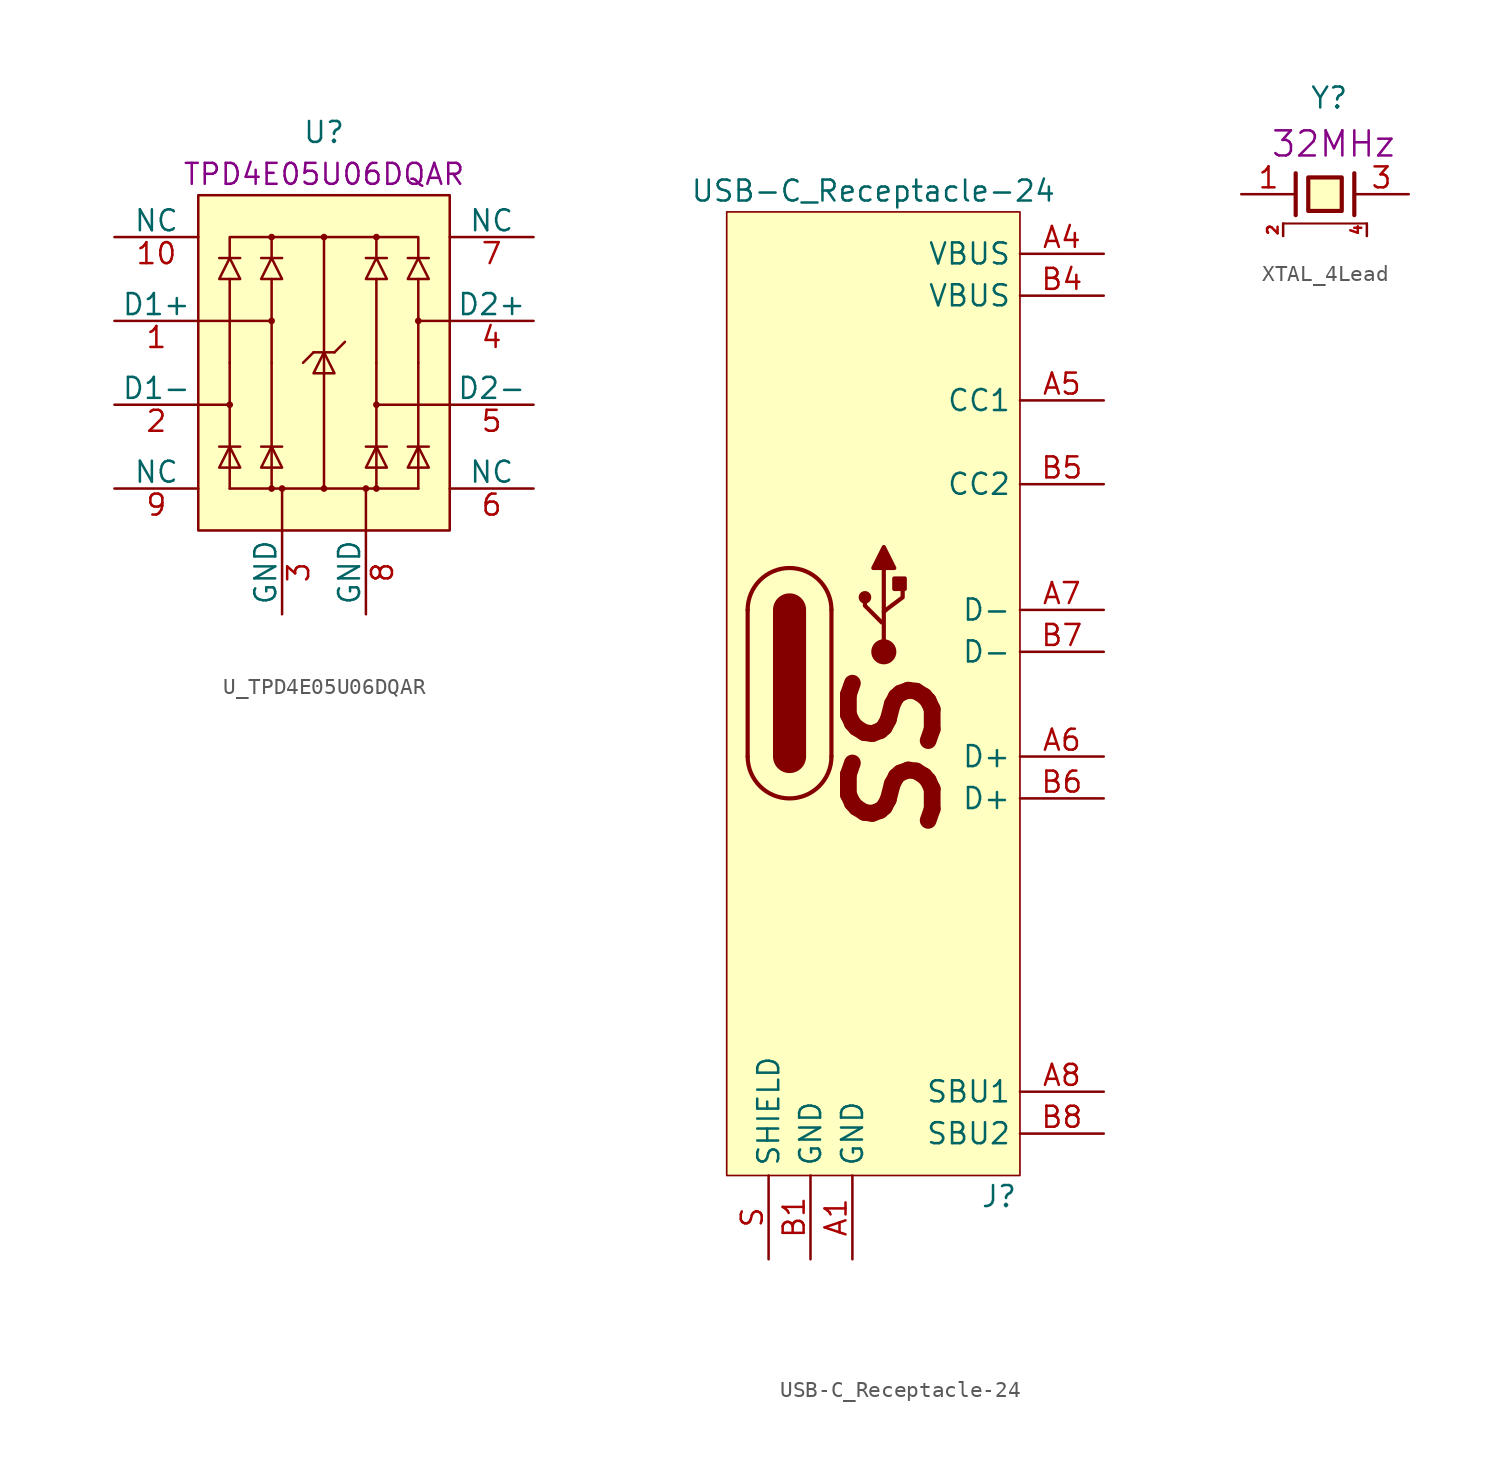
<source format=kicad_sym>
(kicad_symbol_lib
  (version 20211014)
  (generator kicad_symbol_editor)
  (symbol "U_TPD4E05U06DQAR"
    (pin_names
      (offset 0))
    (property "Reference" "U"
      (at 0 13.97 0)
      (effects (font (size 1.27 1.27))))
    (property "MPN" "TPD4E05U06DQAR"
      (at 0 11.43 0)
      (effects (font (size 1.27 1.27))))
    (symbol "U_TPD4E05U06DQAR_0_1"
      (rectangle (start -7.62 10.16) (end 7.62 -10.16) (stroke (width 0) (type default) (color 0 0 0 0)) (fill (type background)))
      (circle (center -5.715 -2.54) (radius 0.127) (stroke (width 0) (type default) (color 0 0 0 0)) (fill (type none)))
      (circle (center -3.175 -7.62) (radius 0.127) (stroke (width 0) (type default) (color 0 0 0 0)) (fill (type none)))
      (circle (center -3.175 2.54) (radius 0.127) (stroke (width 0) (type default) (color 0 0 0 0)) (fill (type none)))
      (circle (center -3.175 7.62) (radius 0.127) (stroke (width 0) (type default) (color 0 0 0 0)) (fill (type none)))
      (circle (center -2.54 -7.62) (radius 0.127) (stroke (width 0) (type default) (color 0 0 0 0)) (fill (type none)))
      (circle (center 0 -7.62) (radius 0.127) (stroke (width 0) (type default) (color 0 0 0 0)) (fill (type none)))
      (polyline (pts (xy -7.62 -2.54) (xy -5.715 -2.54)) (stroke (width 0) (type default) (color 0 0 0 0)) (fill (type none)))
      (polyline (pts (xy -7.62 2.54) (xy -3.175 2.54)) (stroke (width 0) (type default) (color 0 0 0 0)) (fill (type none)))
      (polyline (pts (xy -6.35 -5.08) (xy -5.08 -5.08)) (stroke (width 0) (type default) (color 0 0 0 0)) (fill (type none)))
      (polyline (pts (xy -6.35 6.35) (xy -5.08 6.35)) (stroke (width 0) (type default) (color 0 0 0 0)) (fill (type none)))
      (polyline (pts (xy -5.715 -7.62) (xy 5.715 -7.62)) (stroke (width 0) (type default) (color 0 0 0 0)) (fill (type none)))
      (polyline (pts (xy -5.715 -5.08) (xy -5.715 -7.62)) (stroke (width 0) (type default) (color 0 0 0 0)) (fill (type none)))
      (polyline (pts (xy -5.715 0) (xy -5.715 -5.08)) (stroke (width 0) (type default) (color 0 0 0 0)) (fill (type none)))
      (polyline (pts (xy -5.715 5.08) (xy -5.715 0)) (stroke (width 0) (type default) (color 0 0 0 0)) (fill (type none)))
      (polyline (pts (xy -3.81 -5.08) (xy -2.54 -5.08)) (stroke (width 0) (type default) (color 0 0 0 0)) (fill (type none)))
      (polyline (pts (xy -3.81 6.35) (xy -2.54 6.35)) (stroke (width 0) (type default) (color 0 0 0 0)) (fill (type none)))
      (polyline (pts (xy -3.175 -5.08) (xy -3.175 -7.62)) (stroke (width 0) (type default) (color 0 0 0 0)) (fill (type none)))
      (polyline (pts (xy -3.175 0) (xy -3.175 -5.08)) (stroke (width 0) (type default) (color 0 0 0 0)) (fill (type none)))
      (polyline (pts (xy -3.175 5.08) (xy -3.175 0)) (stroke (width 0) (type default) (color 0 0 0 0)) (fill (type none)))
      (polyline (pts (xy -3.175 6.35) (xy -3.175 7.62)) (stroke (width 0) (type default) (color 0 0 0 0)) (fill (type none)))
      (polyline (pts (xy -2.54 -10.16) (xy -2.54 -7.62)) (stroke (width 0) (type default) (color 0 0 0 0)) (fill (type none)))
      (polyline (pts (xy -0.635 0.635) (xy -1.27 0)) (stroke (width 0) (type default) (color 0 0 0 0)) (fill (type none)))
      (polyline (pts (xy -0.635 0.635) (xy 0.635 0.635)) (stroke (width 0) (type default) (color 0 0 0 0)) (fill (type none)))
      (polyline (pts (xy 0 -7.62) (xy 0 7.62)) (stroke (width 0) (type default) (color 0 0 0 0)) (fill (type none)))
      (polyline (pts (xy 0.635 0.635) (xy 1.27 1.27)) (stroke (width 0) (type default) (color 0 0 0 0)) (fill (type none)))
      (polyline (pts (xy 2.54 -5.08) (xy 3.81 -5.08)) (stroke (width 0) (type default) (color 0 0 0 0)) (fill (type none)))
      (polyline (pts (xy 2.54 6.35) (xy 3.81 6.35)) (stroke (width 0) (type default) (color 0 0 0 0)) (fill (type none)))
      (polyline (pts (xy 3.175 -5.08) (xy 3.175 -7.62)) (stroke (width 0) (type default) (color 0 0 0 0)) (fill (type none)))
      (polyline (pts (xy 3.175 0) (xy 3.175 -5.08)) (stroke (width 0) (type default) (color 0 0 0 0)) (fill (type none)))
      (polyline (pts (xy 3.175 5.08) (xy 3.175 0)) (stroke (width 0) (type default) (color 0 0 0 0)) (fill (type none)))
      (polyline (pts (xy 3.175 6.35) (xy 3.175 7.62)) (stroke (width 0) (type default) (color 0 0 0 0)) (fill (type none)))
      (polyline (pts (xy 5.08 -5.08) (xy 6.35 -5.08)) (stroke (width 0) (type default) (color 0 0 0 0)) (fill (type none)))
      (polyline (pts (xy 5.08 6.35) (xy 6.35 6.35)) (stroke (width 0) (type default) (color 0 0 0 0)) (fill (type none)))
      (polyline (pts (xy 5.715 -5.08) (xy 5.715 -7.62)) (stroke (width 0) (type default) (color 0 0 0 0)) (fill (type none)))
      (polyline (pts (xy 5.715 0) (xy 5.715 -5.08)) (stroke (width 0) (type default) (color 0 0 0 0)) (fill (type none)))
      (polyline (pts (xy 5.715 5.08) (xy 5.715 0)) (stroke (width 0) (type default) (color 0 0 0 0)) (fill (type none)))
      (polyline (pts (xy 7.62 -2.54) (xy 3.175 -2.54)) (stroke (width 0) (type default) (color 0 0 0 0)) (fill (type none)))
      (polyline (pts (xy 7.62 2.54) (xy 5.715 2.54)) (stroke (width 0) (type default) (color 0 0 0 0)) (fill (type none)))
      (polyline (pts (xy 2.54 -10.16) (xy 2.54 -7.62) (xy 2.54 -8.89)) (stroke (width 0) (type default) (color 0 0 0 0)) (fill (type none)))
      (polyline (pts (xy -6.35 -6.35) (xy -5.08 -6.35) (xy -5.715 -5.08) (xy -6.35 -6.35)) (stroke (width 0) (type default) (color 0 0 0 0)) (fill (type none)))
      (polyline (pts (xy -6.35 5.08) (xy -5.08 5.08) (xy -5.715 6.35) (xy -6.35 5.08)) (stroke (width 0) (type default) (color 0 0 0 0)) (fill (type none)))
      (polyline (pts (xy -5.715 6.35) (xy -5.715 7.62) (xy 5.715 7.62) (xy 5.715 6.35)) (stroke (width 0) (type default) (color 0 0 0 0)) (fill (type none)))
      (polyline (pts (xy -3.81 -6.35) (xy -2.54 -6.35) (xy -3.175 -5.08) (xy -3.81 -6.35)) (stroke (width 0) (type default) (color 0 0 0 0)) (fill (type none)))
      (polyline (pts (xy -3.81 5.08) (xy -2.54 5.08) (xy -3.175 6.35) (xy -3.81 5.08)) (stroke (width 0) (type default) (color 0 0 0 0)) (fill (type none)))
      (polyline (pts (xy -0.635 -0.635) (xy 0.635 -0.635) (xy 0 0.635) (xy -0.635 -0.635)) (stroke (width 0) (type default) (color 0 0 0 0)) (fill (type none)))
      (polyline (pts (xy 2.54 -6.35) (xy 3.81 -6.35) (xy 3.175 -5.08) (xy 2.54 -6.35)) (stroke (width 0) (type default) (color 0 0 0 0)) (fill (type none)))
      (polyline (pts (xy 2.54 5.08) (xy 3.81 5.08) (xy 3.175 6.35) (xy 2.54 5.08)) (stroke (width 0) (type default) (color 0 0 0 0)) (fill (type none)))
      (polyline (pts (xy 5.08 -6.35) (xy 6.35 -6.35) (xy 5.715 -5.08) (xy 5.08 -6.35)) (stroke (width 0) (type default) (color 0 0 0 0)) (fill (type none)))
      (polyline (pts (xy 5.08 5.08) (xy 6.35 5.08) (xy 5.715 6.35) (xy 5.08 5.08)) (stroke (width 0) (type default) (color 0 0 0 0)) (fill (type none)))
      (circle (center 0 7.62) (radius 0.127) (stroke (width 0) (type default) (color 0 0 0 0)) (fill (type none)))
      (circle (center 2.54 -7.62) (radius 0.127) (stroke (width 0) (type default) (color 0 0 0 0)) (fill (type none)))
      (circle (center 3.175 -7.62) (radius 0.127) (stroke (width 0) (type default) (color 0 0 0 0)) (fill (type none)))
      (circle (center 3.175 -2.54) (radius 0.127) (stroke (width 0) (type default) (color 0 0 0 0)) (fill (type none)))
      (circle (center 3.175 7.62) (radius 0.127) (stroke (width 0) (type default) (color 0 0 0 0)) (fill (type none)))
      (circle (center 5.715 2.54) (radius 0.127) (stroke (width 0) (type default) (color 0 0 0 0)) (fill (type none))))
    (symbol "U_TPD4E05U06DQAR_1_1"
      (pin bidirectional line (at -12.7 2.54 0) (length 5.08) (name "D1+" (effects (font (size 1.27 1.27)))) (number "1" (effects (font (size 1.27 1.27)))))
      (pin bidirectional line (at -12.7 7.62 0) (length 5.08) (name "NC" (effects (font (size 1.27 1.27)))) (number "10" (effects (font (size 1.27 1.27)))))
      (pin bidirectional line (at -12.7 -2.54 0) (length 5.08) (name "D1-" (effects (font (size 1.27 1.27)))) (number "2" (effects (font (size 1.27 1.27)))))
      (pin power_in line (at -2.54 -15.24 90) (length 5.08) (name "GND" (effects (font (size 1.27 1.27)))) (number "3" (effects (font (size 1.27 1.27)))))
      (pin bidirectional line (at 12.7 2.54 180) (length 5.08) (name "D2+" (effects (font (size 1.27 1.27)))) (number "4" (effects (font (size 1.27 1.27)))))
      (pin bidirectional line (at 12.7 -2.54 180) (length 5.08) (name "D2-" (effects (font (size 1.27 1.27)))) (number "5" (effects (font (size 1.27 1.27)))))
      (pin bidirectional line (at 12.7 -7.62 180) (length 5.08) (name "NC" (effects (font (size 1.27 1.27)))) (number "6" (effects (font (size 1.27 1.27)))))
      (pin bidirectional line (at 12.7 7.62 180) (length 5.08) (name "NC" (effects (font (size 1.27 1.27)))) (number "7" (effects (font (size 1.27 1.27)))))
      (pin power_in line (at 2.54 -15.24 90) (length 5.08) (name "GND" (effects (font (size 1.27 1.27)))) (number "8" (effects (font (size 1.27 1.27)))))
      (pin bidirectional line (at -12.7 -7.62 0) (length 5.08) (name "NC" (effects (font (size 1.27 1.27)))) (number "9" (effects (font (size 1.27 1.27)))))))
  (symbol "USB-C_Receptacle-24"
    (property "Reference" "J"
      (at 7.62 -30.48 0)
      (effects (font (size 1.27 1.27))))
    (property "Value" "USB-C_Receptacle-24"
      (at 0 30.48 0)
      (effects (font (size 1.27 1.27))))
    (symbol "USB-C_Receptacle-24_0_0"
      (text "SS" (at 1.27 -3.81 900) (effects (font (size 5.08 5.08) bold italic))))
    (symbol "USB-C_Receptacle-24_0_1"
      (arc (start -7.62 -3.81) (mid -5.08 -6.35) (end -2.54 -3.81) (stroke (width 0.254) (type default) (color 0 0 0 0)) (fill (type none)))
      (arc (start -2.54 5.08) (mid -5.08 7.62) (end -7.62 5.08) (stroke (width 0.254) (type default) (color 0 0 0 0)) (fill (type none)))
      (polyline (pts (xy -7.62 -3.81) (xy -7.62 5.08)) (stroke (width 0.254) (type default) (color 0 0 0 0)) (fill (type none)))
      (polyline (pts (xy -5.08 5.08) (xy -5.08 -3.81)) (stroke (width 2.007) (type default) (color 0 0 0 0)) (fill (type none)))
      (polyline (pts (xy -2.54 5.08) (xy -2.54 -3.81)) (stroke (width 0.254) (type default) (color 0 0 0 0)) (fill (type none)))
      (rectangle (start 8.89 29.21) (end -8.89 -29.21) (stroke (width 0.102) (type default) (color 0 0 0 0)) (fill (type background))))
    (symbol "USB-C_Receptacle-24_1_1"
      (circle (center -0.508 5.842) (radius 0.254) (stroke (width 0.254) (type default) (color 0 0 0 0)) (fill (type outline)))
      (polyline (pts (xy 0.635 2.54) (xy 0.635 7.62)) (stroke (width 0.254) (type default) (color 0 0 0 0)) (fill (type none)))
      (polyline (pts (xy 0.762 5.08) (xy 0.635 4.953)) (stroke (width 0.254) (type default) (color 0 0 0 0)) (fill (type none)))
      (polyline (pts (xy -0.508 5.842) (xy -0.508 5.334) (xy 0.508 4.318)) (stroke (width 0.254) (type default) (color 0 0 0 0)) (fill (type none)))
      (polyline (pts (xy 1.778 6.35) (xy 1.778 5.842) (xy 0.762 5.08)) (stroke (width 0.254) (type default) (color 0 0 0 0)) (fill (type none)))
      (polyline (pts (xy 1.27 7.62) (xy 0 7.62) (xy 0.635 8.89) (xy 1.27 7.62)) (stroke (width 0.254) (type default) (color 0 0 0 0)) (fill (type outline)))
      (circle (center 0.635 2.54) (radius 0.635) (stroke (width 0.254) (type default) (color 0 0 0 0)) (fill (type outline)))
      (rectangle (start 1.905 6.985) (end 1.27 6.35) (stroke (width 0.254) (type default) (color 0 0 0 0)) (fill (type outline)))
      (pin power_in line (at -1.27 -34.29 90) (length 5.08) (name "GND" (effects (font (size 1.27 1.27)))) (number "A1" (effects (font (size 1.27 1.27)))))
      (pin power_in line (at 13.97 26.67 180) (length 5.08) (name "VBUS" (effects (font (size 1.27 1.27)))) (number "A4" (effects (font (size 1.27 1.27)))))
      (pin bidirectional line (at 13.97 17.78 180) (length 5.08) (name "CC1" (effects (font (size 1.27 1.27)))) (number "A5" (effects (font (size 1.27 1.27)))))
      (pin bidirectional line (at 13.97 -3.81 180) (length 5.08) (name "D+" (effects (font (size 1.27 1.27)))) (number "A6" (effects (font (size 1.27 1.27)))))
      (pin bidirectional line (at 13.97 5.08 180) (length 5.08) (name "D-" (effects (font (size 1.27 1.27)))) (number "A7" (effects (font (size 1.27 1.27)))))
      (pin bidirectional line (at 13.97 -24.13 180) (length 5.08) (name "SBU1" (effects (font (size 1.27 1.27)))) (number "A8" (effects (font (size 1.27 1.27)))))
      (pin power_in line (at -3.81 -34.29 90) (length 5.08) (name "GND" (effects (font (size 1.27 1.27)))) (number "B1" (effects (font (size 1.27 1.27)))))
      (pin power_in line (at 13.97 24.13 180) (length 5.08) (name "VBUS" (effects (font (size 1.27 1.27)))) (number "B4" (effects (font (size 1.27 1.27)))))
      (pin bidirectional line (at 13.97 12.7 180) (length 5.08) (name "CC2" (effects (font (size 1.27 1.27)))) (number "B5" (effects (font (size 1.27 1.27)))))
      (pin bidirectional line (at 13.97 -6.35 180) (length 5.08) (name "D+" (effects (font (size 1.27 1.27)))) (number "B6" (effects (font (size 1.27 1.27)))))
      (pin bidirectional line (at 13.97 2.54 180) (length 5.08) (name "D-" (effects (font (size 1.27 1.27)))) (number "B7" (effects (font (size 1.27 1.27)))))
      (pin bidirectional line (at 13.97 -26.67 180) (length 5.08) (name "SBU2" (effects (font (size 1.27 1.27)))) (number "B8" (effects (font (size 1.27 1.27)))))
      (pin bidirectional line (at -6.35 -34.29 90) (length 5.08) (name "SHIELD" (effects (font (size 1.27 1.27)))) (number "S" (effects (font (size 1.27 1.27)))))))
  (symbol "XTAL_4Lead"
    (pin_names hide)
    (property "Reference" "Y"
      (at 0.254 5.842 0)
      (effects (font (size 1.27 1.27))))
    (property "Frequency" "32MHz"
      (at 0.508 3.048 0)
      (effects (font (size 1.524 1.524))))
    (symbol "XTAL_4Lead_0_1"
      (polyline (pts (xy -2.54 -1.778) (xy 2.54 -1.778)) (stroke (width 0.127) (type default) (color 0 0 0 0)) (fill (type none)))
      (polyline (pts (xy -1.778 1.27) (xy -1.778 -1.27)) (stroke (width 0.254) (type default) (color 0 0 0 0)) (fill (type none)))
      (polyline (pts (xy 1.778 1.27) (xy 1.778 -1.27)) (stroke (width 0.254) (type default) (color 0 0 0 0)) (fill (type none)))
      (polyline (pts (xy -1.016 1.016) (xy 1.016 1.016) (xy 1.016 -1.016) (xy -1.016 -1.016) (xy -1.016 1.016)) (stroke (width 0.254) (type default) (color 0 0 0 0)) (fill (type background))))
    (symbol "XTAL_4Lead_1_1"
      (pin bidirectional line (at -5.08 0 0) (length 3.302) (name "1" (effects (font (size 1.27 1.27)))) (number "1" (effects (font (size 1.27 1.27)))))
      (pin power_in line (at -2.54 -2.54 90) (length 0.762) (name "case" (effects (font (size 0.508 0.508)))) (number "2" (effects (font (size 0.635 0.635)))))
      (pin bidirectional line (at 5.08 0 180) (length 3.302) (name "3" (effects (font (size 1.27 1.27)))) (number "3" (effects (font (size 1.27 1.27)))))
      (pin power_in line (at 2.54 -2.54 90) (length 0.762) (name "case" (effects (font (size 0.508 0.508)))) (number "4" (effects (font (size 0.635 0.635))))))))
</source>
